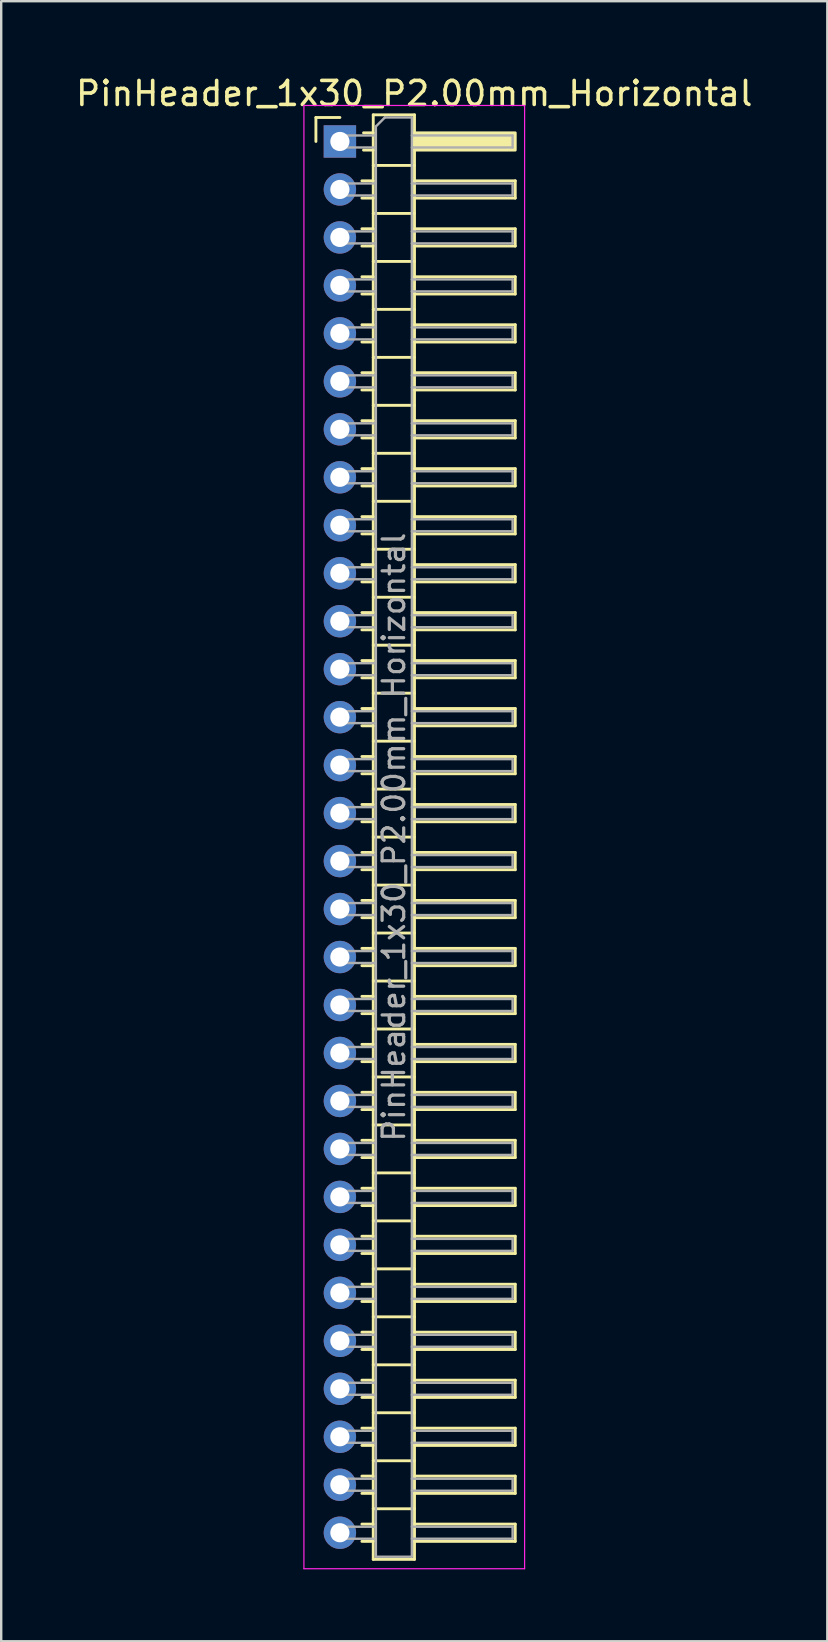
<source format=kicad_pcb>
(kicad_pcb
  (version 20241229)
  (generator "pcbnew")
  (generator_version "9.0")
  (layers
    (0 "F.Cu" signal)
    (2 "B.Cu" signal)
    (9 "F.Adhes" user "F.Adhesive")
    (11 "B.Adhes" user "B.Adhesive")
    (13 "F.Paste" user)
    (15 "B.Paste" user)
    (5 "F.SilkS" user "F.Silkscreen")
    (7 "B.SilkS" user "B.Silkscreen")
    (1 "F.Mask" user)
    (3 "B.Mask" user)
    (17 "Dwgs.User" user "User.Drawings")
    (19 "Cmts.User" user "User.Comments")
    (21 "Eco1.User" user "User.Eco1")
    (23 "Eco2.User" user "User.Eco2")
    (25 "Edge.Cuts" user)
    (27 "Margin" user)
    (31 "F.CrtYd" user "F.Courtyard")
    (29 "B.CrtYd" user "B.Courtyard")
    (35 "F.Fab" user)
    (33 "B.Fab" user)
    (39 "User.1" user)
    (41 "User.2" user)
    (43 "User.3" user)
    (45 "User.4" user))
  (footprint "PinHeader_1x30_P2.00mm_Horizontal"
    (layer "F.Cu")
    (at 11.12 2.848)
    (property "Reference" "PinHeader_1x30_P2.00mm_Horizontal" (at 3.1 -2 0) (layer "F.SilkS") (effects (font (size 1 1) (thickness 0.15))))
    (attr through_hole)
    (fp_line (start -1 -1) (end 0 -1) (stroke (width 0.12) (type solid)) (layer "F.SilkS"))
    (fp_line (start -1 0) (end -1 -1) (stroke (width 0.12) (type solid)) (layer "F.SilkS"))
    (fp_line (start 0.917 1.64) (end 1.39 1.64) (stroke (width 0.12) (type solid)) (layer "F.SilkS"))
    (fp_line (start 0.917 2.36) (end 1.39 2.36) (stroke (width 0.12) (type solid)) (layer "F.SilkS"))
    (fp_line (start 0.917 3.64) (end 1.39 3.64) (stroke (width 0.12) (type solid)) (layer "F.SilkS"))
    (fp_line (start 0.917 4.36) (end 1.39 4.36) (stroke (width 0.12) (type solid)) (layer "F.SilkS"))
    (fp_line (start 0.917 5.64) (end 1.39 5.64) (stroke (width 0.12) (type solid)) (layer "F.SilkS"))
    (fp_line (start 0.917 6.36) (end 1.39 6.36) (stroke (width 0.12) (type solid)) (layer "F.SilkS"))
    (fp_line (start 0.917 7.64) (end 1.39 7.64) (stroke (width 0.12) (type solid)) (layer "F.SilkS"))
    (fp_line (start 0.917 8.36) (end 1.39 8.36) (stroke (width 0.12) (type solid)) (layer "F.SilkS"))
    (fp_line (start 0.917 9.64) (end 1.39 9.64) (stroke (width 0.12) (type solid)) (layer "F.SilkS"))
    (fp_line (start 0.917 10.36) (end 1.39 10.36) (stroke (width 0.12) (type solid)) (layer "F.SilkS"))
    (fp_line (start 0.917 11.64) (end 1.39 11.64) (stroke (width 0.12) (type solid)) (layer "F.SilkS"))
    (fp_line (start 0.917 12.36) (end 1.39 12.36) (stroke (width 0.12) (type solid)) (layer "F.SilkS"))
    (fp_line (start 0.917 13.64) (end 1.39 13.64) (stroke (width 0.12) (type solid)) (layer "F.SilkS"))
    (fp_line (start 0.917 14.36) (end 1.39 14.36) (stroke (width 0.12) (type solid)) (layer "F.SilkS"))
    (fp_line (start 0.917 15.64) (end 1.39 15.64) (stroke (width 0.12) (type solid)) (layer "F.SilkS"))
    (fp_line (start 0.917 16.36) (end 1.39 16.36) (stroke (width 0.12) (type solid)) (layer "F.SilkS"))
    (fp_line (start 0.917 17.64) (end 1.39 17.64) (stroke (width 0.12) (type solid)) (layer "F.SilkS"))
    (fp_line (start 0.917 18.36) (end 1.39 18.36) (stroke (width 0.12) (type solid)) (layer "F.SilkS"))
    (fp_line (start 0.917 19.64) (end 1.39 19.64) (stroke (width 0.12) (type solid)) (layer "F.SilkS"))
    (fp_line (start 0.917 20.36) (end 1.39 20.36) (stroke (width 0.12) (type solid)) (layer "F.SilkS"))
    (fp_line (start 0.917 21.64) (end 1.39 21.64) (stroke (width 0.12) (type solid)) (layer "F.SilkS"))
    (fp_line (start 0.917 22.36) (end 1.39 22.36) (stroke (width 0.12) (type solid)) (layer "F.SilkS"))
    (fp_line (start 0.917 23.64) (end 1.39 23.64) (stroke (width 0.12) (type solid)) (layer "F.SilkS"))
    (fp_line (start 0.917 24.36) (end 1.39 24.36) (stroke (width 0.12) (type solid)) (layer "F.SilkS"))
    (fp_line (start 0.917 25.64) (end 1.39 25.64) (stroke (width 0.12) (type solid)) (layer "F.SilkS"))
    (fp_line (start 0.917 26.36) (end 1.39 26.36) (stroke (width 0.12) (type solid)) (layer "F.SilkS"))
    (fp_line (start 0.917 27.64) (end 1.39 27.64) (stroke (width 0.12) (type solid)) (layer "F.SilkS"))
    (fp_line (start 0.917 28.36) (end 1.39 28.36) (stroke (width 0.12) (type solid)) (layer "F.SilkS"))
    (fp_line (start 0.917 29.64) (end 1.39 29.64) (stroke (width 0.12) (type solid)) (layer "F.SilkS"))
    (fp_line (start 0.917 30.36) (end 1.39 30.36) (stroke (width 0.12) (type solid)) (layer "F.SilkS"))
    (fp_line (start 0.917 31.64) (end 1.39 31.64) (stroke (width 0.12) (type solid)) (layer "F.SilkS"))
    (fp_line (start 0.917 32.36) (end 1.39 32.36) (stroke (width 0.12) (type solid)) (layer "F.SilkS"))
    (fp_line (start 0.917 33.64) (end 1.39 33.64) (stroke (width 0.12) (type solid)) (layer "F.SilkS"))
    (fp_line (start 0.917 34.36) (end 1.39 34.36) (stroke (width 0.12) (type solid)) (layer "F.SilkS"))
    (fp_line (start 0.917 35.64) (end 1.39 35.64) (stroke (width 0.12) (type solid)) (layer "F.SilkS"))
    (fp_line (start 0.917 36.36) (end 1.39 36.36) (stroke (width 0.12) (type solid)) (layer "F.SilkS"))
    (fp_line (start 0.917 37.64) (end 1.39 37.64) (stroke (width 0.12) (type solid)) (layer "F.SilkS"))
    (fp_line (start 0.917 38.36) (end 1.39 38.36) (stroke (width 0.12) (type solid)) (layer "F.SilkS"))
    (fp_line (start 0.917 39.64) (end 1.39 39.64) (stroke (width 0.12) (type solid)) (layer "F.SilkS"))
    (fp_line (start 0.917 40.36) (end 1.39 40.36) (stroke (width 0.12) (type solid)) (layer "F.SilkS"))
    (fp_line (start 0.917 41.64) (end 1.39 41.64) (stroke (width 0.12) (type solid)) (layer "F.SilkS"))
    (fp_line (start 0.917 42.36) (end 1.39 42.36) (stroke (width 0.12) (type solid)) (layer "F.SilkS"))
    (fp_line (start 0.917 43.64) (end 1.39 43.64) (stroke (width 0.12) (type solid)) (layer "F.SilkS"))
    (fp_line (start 0.917 44.36) (end 1.39 44.36) (stroke (width 0.12) (type solid)) (layer "F.SilkS"))
    (fp_line (start 0.917 45.64) (end 1.39 45.64) (stroke (width 0.12) (type solid)) (layer "F.SilkS"))
    (fp_line (start 0.917 46.36) (end 1.39 46.36) (stroke (width 0.12) (type solid)) (layer "F.SilkS"))
    (fp_line (start 0.917 47.64) (end 1.39 47.64) (stroke (width 0.12) (type solid)) (layer "F.SilkS"))
    (fp_line (start 0.917 48.36) (end 1.39 48.36) (stroke (width 0.12) (type solid)) (layer "F.SilkS"))
    (fp_line (start 0.917 49.64) (end 1.39 49.64) (stroke (width 0.12) (type solid)) (layer "F.SilkS"))
    (fp_line (start 0.917 50.36) (end 1.39 50.36) (stroke (width 0.12) (type solid)) (layer "F.SilkS"))
    (fp_line (start 0.917 51.64) (end 1.39 51.64) (stroke (width 0.12) (type solid)) (layer "F.SilkS"))
    (fp_line (start 0.917 52.36) (end 1.39 52.36) (stroke (width 0.12) (type solid)) (layer "F.SilkS"))
    (fp_line (start 0.917 53.64) (end 1.39 53.64) (stroke (width 0.12) (type solid)) (layer "F.SilkS"))
    (fp_line (start 0.917 54.36) (end 1.39 54.36) (stroke (width 0.12) (type solid)) (layer "F.SilkS"))
    (fp_line (start 0.917 55.64) (end 1.39 55.64) (stroke (width 0.12) (type solid)) (layer "F.SilkS"))
    (fp_line (start 0.917 56.36) (end 1.39 56.36) (stroke (width 0.12) (type solid)) (layer "F.SilkS"))
    (fp_line (start 0.917 57.64) (end 1.39 57.64) (stroke (width 0.12) (type solid)) (layer "F.SilkS"))
    (fp_line (start 0.917 58.36) (end 1.39 58.36) (stroke (width 0.12) (type solid)) (layer "F.SilkS"))
    (fp_line (start 0.985 -0.36) (end 1.39 -0.36) (stroke (width 0.12) (type solid)) (layer "F.SilkS"))
    (fp_line (start 0.985 0.36) (end 1.39 0.36) (stroke (width 0.12) (type solid)) (layer "F.SilkS"))
    (fp_line (start 1.39 -1.11) (end 1.39 59.11) (stroke (width 0.12) (type solid)) (layer "F.SilkS"))
    (fp_line (start 1.39 1) (end 3.11 1) (stroke (width 0.12) (type solid)) (layer "F.SilkS"))
    (fp_line (start 1.39 3) (end 3.11 3) (stroke (width 0.12) (type solid)) (layer "F.SilkS"))
    (fp_line (start 1.39 5) (end 3.11 5) (stroke (width 0.12) (type solid)) (layer "F.SilkS"))
    (fp_line (start 1.39 7) (end 3.11 7) (stroke (width 0.12) (type solid)) (layer "F.SilkS"))
    (fp_line (start 1.39 9) (end 3.11 9) (stroke (width 0.12) (type solid)) (layer "F.SilkS"))
    (fp_line (start 1.39 11) (end 3.11 11) (stroke (width 0.12) (type solid)) (layer "F.SilkS"))
    (fp_line (start 1.39 13) (end 3.11 13) (stroke (width 0.12) (type solid)) (layer "F.SilkS"))
    (fp_line (start 1.39 15) (end 3.11 15) (stroke (width 0.12) (type solid)) (layer "F.SilkS"))
    (fp_line (start 1.39 17) (end 3.11 17) (stroke (width 0.12) (type solid)) (layer "F.SilkS"))
    (fp_line (start 1.39 19) (end 3.11 19) (stroke (width 0.12) (type solid)) (layer "F.SilkS"))
    (fp_line (start 1.39 21) (end 3.11 21) (stroke (width 0.12) (type solid)) (layer "F.SilkS"))
    (fp_line (start 1.39 23) (end 3.11 23) (stroke (width 0.12) (type solid)) (layer "F.SilkS"))
    (fp_line (start 1.39 25) (end 3.11 25) (stroke (width 0.12) (type solid)) (layer "F.SilkS"))
    (fp_line (start 1.39 27) (end 3.11 27) (stroke (width 0.12) (type solid)) (layer "F.SilkS"))
    (fp_line (start 1.39 29) (end 3.11 29) (stroke (width 0.12) (type solid)) (layer "F.SilkS"))
    (fp_line (start 1.39 31) (end 3.11 31) (stroke (width 0.12) (type solid)) (layer "F.SilkS"))
    (fp_line (start 1.39 33) (end 3.11 33) (stroke (width 0.12) (type solid)) (layer "F.SilkS"))
    (fp_line (start 1.39 35) (end 3.11 35) (stroke (width 0.12) (type solid)) (layer "F.SilkS"))
    (fp_line (start 1.39 37) (end 3.11 37) (stroke (width 0.12) (type solid)) (layer "F.SilkS"))
    (fp_line (start 1.39 39) (end 3.11 39) (stroke (width 0.12) (type solid)) (layer "F.SilkS"))
    (fp_line (start 1.39 41) (end 3.11 41) (stroke (width 0.12) (type solid)) (layer "F.SilkS"))
    (fp_line (start 1.39 43) (end 3.11 43) (stroke (width 0.12) (type solid)) (layer "F.SilkS"))
    (fp_line (start 1.39 45) (end 3.11 45) (stroke (width 0.12) (type solid)) (layer "F.SilkS"))
    (fp_line (start 1.39 47) (end 3.11 47) (stroke (width 0.12) (type solid)) (layer "F.SilkS"))
    (fp_line (start 1.39 49) (end 3.11 49) (stroke (width 0.12) (type solid)) (layer "F.SilkS"))
    (fp_line (start 1.39 51) (end 3.11 51) (stroke (width 0.12) (type solid)) (layer "F.SilkS"))
    (fp_line (start 1.39 53) (end 3.11 53) (stroke (width 0.12) (type solid)) (layer "F.SilkS"))
    (fp_line (start 1.39 55) (end 3.11 55) (stroke (width 0.12) (type solid)) (layer "F.SilkS"))
    (fp_line (start 1.39 57) (end 3.11 57) (stroke (width 0.12) (type solid)) (layer "F.SilkS"))
    (fp_line (start 1.39 59.11) (end 3.11 59.11) (stroke (width 0.12) (type solid)) (layer "F.SilkS"))
    (fp_line (start 3.11 -1.11) (end 1.39 -1.11) (stroke (width 0.12) (type solid)) (layer "F.SilkS"))
    (fp_line (start 3.11 1.64) (end 7.31 1.64) (stroke (width 0.12) (type solid)) (layer "F.SilkS"))
    (fp_line (start 3.11 3.64) (end 7.31 3.64) (stroke (width 0.12) (type solid)) (layer "F.SilkS"))
    (fp_line (start 3.11 5.64) (end 7.31 5.64) (stroke (width 0.12) (type solid)) (layer "F.SilkS"))
    (fp_line (start 3.11 7.64) (end 7.31 7.64) (stroke (width 0.12) (type solid)) (layer "F.SilkS"))
    (fp_line (start 3.11 9.64) (end 7.31 9.64) (stroke (width 0.12) (type solid)) (layer "F.SilkS"))
    (fp_line (start 3.11 11.64) (end 7.31 11.64) (stroke (width 0.12) (type solid)) (layer "F.SilkS"))
    (fp_line (start 3.11 13.64) (end 7.31 13.64) (stroke (width 0.12) (type solid)) (layer "F.SilkS"))
    (fp_line (start 3.11 15.64) (end 7.31 15.64) (stroke (width 0.12) (type solid)) (layer "F.SilkS"))
    (fp_line (start 3.11 17.64) (end 7.31 17.64) (stroke (width 0.12) (type solid)) (layer "F.SilkS"))
    (fp_line (start 3.11 19.64) (end 7.31 19.64) (stroke (width 0.12) (type solid)) (layer "F.SilkS"))
    (fp_line (start 3.11 21.64) (end 7.31 21.64) (stroke (width 0.12) (type solid)) (layer "F.SilkS"))
    (fp_line (start 3.11 23.64) (end 7.31 23.64) (stroke (width 0.12) (type solid)) (layer "F.SilkS"))
    (fp_line (start 3.11 25.64) (end 7.31 25.64) (stroke (width 0.12) (type solid)) (layer "F.SilkS"))
    (fp_line (start 3.11 27.64) (end 7.31 27.64) (stroke (width 0.12) (type solid)) (layer "F.SilkS"))
    (fp_line (start 3.11 29.64) (end 7.31 29.64) (stroke (width 0.12) (type solid)) (layer "F.SilkS"))
    (fp_line (start 3.11 31.64) (end 7.31 31.64) (stroke (width 0.12) (type solid)) (layer "F.SilkS"))
    (fp_line (start 3.11 33.64) (end 7.31 33.64) (stroke (width 0.12) (type solid)) (layer "F.SilkS"))
    (fp_line (start 3.11 35.64) (end 7.31 35.64) (stroke (width 0.12) (type solid)) (layer "F.SilkS"))
    (fp_line (start 3.11 37.64) (end 7.31 37.64) (stroke (width 0.12) (type solid)) (layer "F.SilkS"))
    (fp_line (start 3.11 39.64) (end 7.31 39.64) (stroke (width 0.12) (type solid)) (layer "F.SilkS"))
    (fp_line (start 3.11 41.64) (end 7.31 41.64) (stroke (width 0.12) (type solid)) (layer "F.SilkS"))
    (fp_line (start 3.11 43.64) (end 7.31 43.64) (stroke (width 0.12) (type solid)) (layer "F.SilkS"))
    (fp_line (start 3.11 45.64) (end 7.31 45.64) (stroke (width 0.12) (type solid)) (layer "F.SilkS"))
    (fp_line (start 3.11 47.64) (end 7.31 47.64) (stroke (width 0.12) (type solid)) (layer "F.SilkS"))
    (fp_line (start 3.11 49.64) (end 7.31 49.64) (stroke (width 0.12) (type solid)) (layer "F.SilkS"))
    (fp_line (start 3.11 51.64) (end 7.31 51.64) (stroke (width 0.12) (type solid)) (layer "F.SilkS"))
    (fp_line (start 3.11 53.64) (end 7.31 53.64) (stroke (width 0.12) (type solid)) (layer "F.SilkS"))
    (fp_line (start 3.11 55.64) (end 7.31 55.64) (stroke (width 0.12) (type solid)) (layer "F.SilkS"))
    (fp_line (start 3.11 57.64) (end 7.31 57.64) (stroke (width 0.12) (type solid)) (layer "F.SilkS"))
    (fp_line (start 3.11 59.11) (end 3.11 -1.11) (stroke (width 0.12) (type solid)) (layer "F.SilkS"))
    (fp_line (start 7.31 1.64) (end 7.31 2.36) (stroke (width 0.12) (type solid)) (layer "F.SilkS"))
    (fp_line (start 7.31 2.36) (end 3.11 2.36) (stroke (width 0.12) (type solid)) (layer "F.SilkS"))
    (fp_line (start 7.31 3.64) (end 7.31 4.36) (stroke (width 0.12) (type solid)) (layer "F.SilkS"))
    (fp_line (start 7.31 4.36) (end 3.11 4.36) (stroke (width 0.12) (type solid)) (layer "F.SilkS"))
    (fp_line (start 7.31 5.64) (end 7.31 6.36) (stroke (width 0.12) (type solid)) (layer "F.SilkS"))
    (fp_line (start 7.31 6.36) (end 3.11 6.36) (stroke (width 0.12) (type solid)) (layer "F.SilkS"))
    (fp_line (start 7.31 7.64) (end 7.31 8.36) (stroke (width 0.12) (type solid)) (layer "F.SilkS"))
    (fp_line (start 7.31 8.36) (end 3.11 8.36) (stroke (width 0.12) (type solid)) (layer "F.SilkS"))
    (fp_line (start 7.31 9.64) (end 7.31 10.36) (stroke (width 0.12) (type solid)) (layer "F.SilkS"))
    (fp_line (start 7.31 10.36) (end 3.11 10.36) (stroke (width 0.12) (type solid)) (layer "F.SilkS"))
    (fp_line (start 7.31 11.64) (end 7.31 12.36) (stroke (width 0.12) (type solid)) (layer "F.SilkS"))
    (fp_line (start 7.31 12.36) (end 3.11 12.36) (stroke (width 0.12) (type solid)) (layer "F.SilkS"))
    (fp_line (start 7.31 13.64) (end 7.31 14.36) (stroke (width 0.12) (type solid)) (layer "F.SilkS"))
    (fp_line (start 7.31 14.36) (end 3.11 14.36) (stroke (width 0.12) (type solid)) (layer "F.SilkS"))
    (fp_line (start 7.31 15.64) (end 7.31 16.36) (stroke (width 0.12) (type solid)) (layer "F.SilkS"))
    (fp_line (start 7.31 16.36) (end 3.11 16.36) (stroke (width 0.12) (type solid)) (layer "F.SilkS"))
    (fp_line (start 7.31 17.64) (end 7.31 18.36) (stroke (width 0.12) (type solid)) (layer "F.SilkS"))
    (fp_line (start 7.31 18.36) (end 3.11 18.36) (stroke (width 0.12) (type solid)) (layer "F.SilkS"))
    (fp_line (start 7.31 19.64) (end 7.31 20.36) (stroke (width 0.12) (type solid)) (layer "F.SilkS"))
    (fp_line (start 7.31 20.36) (end 3.11 20.36) (stroke (width 0.12) (type solid)) (layer "F.SilkS"))
    (fp_line (start 7.31 21.64) (end 7.31 22.36) (stroke (width 0.12) (type solid)) (layer "F.SilkS"))
    (fp_line (start 7.31 22.36) (end 3.11 22.36) (stroke (width 0.12) (type solid)) (layer "F.SilkS"))
    (fp_line (start 7.31 23.64) (end 7.31 24.36) (stroke (width 0.12) (type solid)) (layer "F.SilkS"))
    (fp_line (start 7.31 24.36) (end 3.11 24.36) (stroke (width 0.12) (type solid)) (layer "F.SilkS"))
    (fp_line (start 7.31 25.64) (end 7.31 26.36) (stroke (width 0.12) (type solid)) (layer "F.SilkS"))
    (fp_line (start 7.31 26.36) (end 3.11 26.36) (stroke (width 0.12) (type solid)) (layer "F.SilkS"))
    (fp_line (start 7.31 27.64) (end 7.31 28.36) (stroke (width 0.12) (type solid)) (layer "F.SilkS"))
    (fp_line (start 7.31 28.36) (end 3.11 28.36) (stroke (width 0.12) (type solid)) (layer "F.SilkS"))
    (fp_line (start 7.31 29.64) (end 7.31 30.36) (stroke (width 0.12) (type solid)) (layer "F.SilkS"))
    (fp_line (start 7.31 30.36) (end 3.11 30.36) (stroke (width 0.12) (type solid)) (layer "F.SilkS"))
    (fp_line (start 7.31 31.64) (end 7.31 32.36) (stroke (width 0.12) (type solid)) (layer "F.SilkS"))
    (fp_line (start 7.31 32.36) (end 3.11 32.36) (stroke (width 0.12) (type solid)) (layer "F.SilkS"))
    (fp_line (start 7.31 33.64) (end 7.31 34.36) (stroke (width 0.12) (type solid)) (layer "F.SilkS"))
    (fp_line (start 7.31 34.36) (end 3.11 34.36) (stroke (width 0.12) (type solid)) (layer "F.SilkS"))
    (fp_line (start 7.31 35.64) (end 7.31 36.36) (stroke (width 0.12) (type solid)) (layer "F.SilkS"))
    (fp_line (start 7.31 36.36) (end 3.11 36.36) (stroke (width 0.12) (type solid)) (layer "F.SilkS"))
    (fp_line (start 7.31 37.64) (end 7.31 38.36) (stroke (width 0.12) (type solid)) (layer "F.SilkS"))
    (fp_line (start 7.31 38.36) (end 3.11 38.36) (stroke (width 0.12) (type solid)) (layer "F.SilkS"))
    (fp_line (start 7.31 39.64) (end 7.31 40.36) (stroke (width 0.12) (type solid)) (layer "F.SilkS"))
    (fp_line (start 7.31 40.36) (end 3.11 40.36) (stroke (width 0.12) (type solid)) (layer "F.SilkS"))
    (fp_line (start 7.31 41.64) (end 7.31 42.36) (stroke (width 0.12) (type solid)) (layer "F.SilkS"))
    (fp_line (start 7.31 42.36) (end 3.11 42.36) (stroke (width 0.12) (type solid)) (layer "F.SilkS"))
    (fp_line (start 7.31 43.64) (end 7.31 44.36) (stroke (width 0.12) (type solid)) (layer "F.SilkS"))
    (fp_line (start 7.31 44.36) (end 3.11 44.36) (stroke (width 0.12) (type solid)) (layer "F.SilkS"))
    (fp_line (start 7.31 45.64) (end 7.31 46.36) (stroke (width 0.12) (type solid)) (layer "F.SilkS"))
    (fp_line (start 7.31 46.36) (end 3.11 46.36) (stroke (width 0.12) (type solid)) (layer "F.SilkS"))
    (fp_line (start 7.31 47.64) (end 7.31 48.36) (stroke (width 0.12) (type solid)) (layer "F.SilkS"))
    (fp_line (start 7.31 48.36) (end 3.11 48.36) (stroke (width 0.12) (type solid)) (layer "F.SilkS"))
    (fp_line (start 7.31 49.64) (end 7.31 50.36) (stroke (width 0.12) (type solid)) (layer "F.SilkS"))
    (fp_line (start 7.31 50.36) (end 3.11 50.36) (stroke (width 0.12) (type solid)) (layer "F.SilkS"))
    (fp_line (start 7.31 51.64) (end 7.31 52.36) (stroke (width 0.12) (type solid)) (layer "F.SilkS"))
    (fp_line (start 7.31 52.36) (end 3.11 52.36) (stroke (width 0.12) (type solid)) (layer "F.SilkS"))
    (fp_line (start 7.31 53.64) (end 7.31 54.36) (stroke (width 0.12) (type solid)) (layer "F.SilkS"))
    (fp_line (start 7.31 54.36) (end 3.11 54.36) (stroke (width 0.12) (type solid)) (layer "F.SilkS"))
    (fp_line (start 7.31 55.64) (end 7.31 56.36) (stroke (width 0.12) (type solid)) (layer "F.SilkS"))
    (fp_line (start 7.31 56.36) (end 3.11 56.36) (stroke (width 0.12) (type solid)) (layer "F.SilkS"))
    (fp_line (start 7.31 57.64) (end 7.31 58.36) (stroke (width 0.12) (type solid)) (layer "F.SilkS"))
    (fp_line (start 7.31 58.36) (end 3.11 58.36) (stroke (width 0.12) (type solid)) (layer "F.SilkS"))
    (fp_rect (start 3.11 -0.36) (end 7.31 0.36) (stroke (width 0.12) (type solid)) (fill yes) (layer "F.SilkS"))
    (fp_line (start -1.5 -1.5) (end -1.5 59.5) (stroke (width 0.05) (type solid)) (layer "F.CrtYd"))
    (fp_line (start -1.5 59.5) (end 7.7 59.5) (stroke (width 0.05) (type solid)) (layer "F.CrtYd"))
    (fp_line (start 7.7 -1.5) (end -1.5 -1.5) (stroke (width 0.05) (type solid)) (layer "F.CrtYd"))
    (fp_line (start 7.7 59.5) (end 7.7 -1.5) (stroke (width 0.05) (type solid)) (layer "F.CrtYd"))
    (fp_line (start -0.25 -0.25) (end -0.25 0.25) (stroke (width 0.1) (type solid)) (layer "F.Fab"))
    (fp_line (start -0.25 -0.25) (end 1.5 -0.25) (stroke (width 0.1) (type solid)) (layer "F.Fab"))
    (fp_line (start -0.25 0.25) (end 1.5 0.25) (stroke (width 0.1) (type solid)) (layer "F.Fab"))
    (fp_line (start -0.25 1.75) (end -0.25 2.25) (stroke (width 0.1) (type solid)) (layer "F.Fab"))
    (fp_line (start -0.25 1.75) (end 1.5 1.75) (stroke (width 0.1) (type solid)) (layer "F.Fab"))
    (fp_line (start -0.25 2.25) (end 1.5 2.25) (stroke (width 0.1) (type solid)) (layer "F.Fab"))
    (fp_line (start -0.25 3.75) (end -0.25 4.25) (stroke (width 0.1) (type solid)) (layer "F.Fab"))
    (fp_line (start -0.25 3.75) (end 1.5 3.75) (stroke (width 0.1) (type solid)) (layer "F.Fab"))
    (fp_line (start -0.25 4.25) (end 1.5 4.25) (stroke (width 0.1) (type solid)) (layer "F.Fab"))
    (fp_line (start -0.25 5.75) (end -0.25 6.25) (stroke (width 0.1) (type solid)) (layer "F.Fab"))
    (fp_line (start -0.25 5.75) (end 1.5 5.75) (stroke (width 0.1) (type solid)) (layer "F.Fab"))
    (fp_line (start -0.25 6.25) (end 1.5 6.25) (stroke (width 0.1) (type solid)) (layer "F.Fab"))
    (fp_line (start -0.25 7.75) (end -0.25 8.25) (stroke (width 0.1) (type solid)) (layer "F.Fab"))
    (fp_line (start -0.25 7.75) (end 1.5 7.75) (stroke (width 0.1) (type solid)) (layer "F.Fab"))
    (fp_line (start -0.25 8.25) (end 1.5 8.25) (stroke (width 0.1) (type solid)) (layer "F.Fab"))
    (fp_line (start -0.25 9.75) (end -0.25 10.25) (stroke (width 0.1) (type solid)) (layer "F.Fab"))
    (fp_line (start -0.25 9.75) (end 1.5 9.75) (stroke (width 0.1) (type solid)) (layer "F.Fab"))
    (fp_line (start -0.25 10.25) (end 1.5 10.25) (stroke (width 0.1) (type solid)) (layer "F.Fab"))
    (fp_line (start -0.25 11.75) (end -0.25 12.25) (stroke (width 0.1) (type solid)) (layer "F.Fab"))
    (fp_line (start -0.25 11.75) (end 1.5 11.75) (stroke (width 0.1) (type solid)) (layer "F.Fab"))
    (fp_line (start -0.25 12.25) (end 1.5 12.25) (stroke (width 0.1) (type solid)) (layer "F.Fab"))
    (fp_line (start -0.25 13.75) (end -0.25 14.25) (stroke (width 0.1) (type solid)) (layer "F.Fab"))
    (fp_line (start -0.25 13.75) (end 1.5 13.75) (stroke (width 0.1) (type solid)) (layer "F.Fab"))
    (fp_line (start -0.25 14.25) (end 1.5 14.25) (stroke (width 0.1) (type solid)) (layer "F.Fab"))
    (fp_line (start -0.25 15.75) (end -0.25 16.25) (stroke (width 0.1) (type solid)) (layer "F.Fab"))
    (fp_line (start -0.25 15.75) (end 1.5 15.75) (stroke (width 0.1) (type solid)) (layer "F.Fab"))
    (fp_line (start -0.25 16.25) (end 1.5 16.25) (stroke (width 0.1) (type solid)) (layer "F.Fab"))
    (fp_line (start -0.25 17.75) (end -0.25 18.25) (stroke (width 0.1) (type solid)) (layer "F.Fab"))
    (fp_line (start -0.25 17.75) (end 1.5 17.75) (stroke (width 0.1) (type solid)) (layer "F.Fab"))
    (fp_line (start -0.25 18.25) (end 1.5 18.25) (stroke (width 0.1) (type solid)) (layer "F.Fab"))
    (fp_line (start -0.25 19.75) (end -0.25 20.25) (stroke (width 0.1) (type solid)) (layer "F.Fab"))
    (fp_line (start -0.25 19.75) (end 1.5 19.75) (stroke (width 0.1) (type solid)) (layer "F.Fab"))
    (fp_line (start -0.25 20.25) (end 1.5 20.25) (stroke (width 0.1) (type solid)) (layer "F.Fab"))
    (fp_line (start -0.25 21.75) (end -0.25 22.25) (stroke (width 0.1) (type solid)) (layer "F.Fab"))
    (fp_line (start -0.25 21.75) (end 1.5 21.75) (stroke (width 0.1) (type solid)) (layer "F.Fab"))
    (fp_line (start -0.25 22.25) (end 1.5 22.25) (stroke (width 0.1) (type solid)) (layer "F.Fab"))
    (fp_line (start -0.25 23.75) (end -0.25 24.25) (stroke (width 0.1) (type solid)) (layer "F.Fab"))
    (fp_line (start -0.25 23.75) (end 1.5 23.75) (stroke (width 0.1) (type solid)) (layer "F.Fab"))
    (fp_line (start -0.25 24.25) (end 1.5 24.25) (stroke (width 0.1) (type solid)) (layer "F.Fab"))
    (fp_line (start -0.25 25.75) (end -0.25 26.25) (stroke (width 0.1) (type solid)) (layer "F.Fab"))
    (fp_line (start -0.25 25.75) (end 1.5 25.75) (stroke (width 0.1) (type solid)) (layer "F.Fab"))
    (fp_line (start -0.25 26.25) (end 1.5 26.25) (stroke (width 0.1) (type solid)) (layer "F.Fab"))
    (fp_line (start -0.25 27.75) (end -0.25 28.25) (stroke (width 0.1) (type solid)) (layer "F.Fab"))
    (fp_line (start -0.25 27.75) (end 1.5 27.75) (stroke (width 0.1) (type solid)) (layer "F.Fab"))
    (fp_line (start -0.25 28.25) (end 1.5 28.25) (stroke (width 0.1) (type solid)) (layer "F.Fab"))
    (fp_line (start -0.25 29.75) (end -0.25 30.25) (stroke (width 0.1) (type solid)) (layer "F.Fab"))
    (fp_line (start -0.25 29.75) (end 1.5 29.75) (stroke (width 0.1) (type solid)) (layer "F.Fab"))
    (fp_line (start -0.25 30.25) (end 1.5 30.25) (stroke (width 0.1) (type solid)) (layer "F.Fab"))
    (fp_line (start -0.25 31.75) (end -0.25 32.25) (stroke (width 0.1) (type solid)) (layer "F.Fab"))
    (fp_line (start -0.25 31.75) (end 1.5 31.75) (stroke (width 0.1) (type solid)) (layer "F.Fab"))
    (fp_line (start -0.25 32.25) (end 1.5 32.25) (stroke (width 0.1) (type solid)) (layer "F.Fab"))
    (fp_line (start -0.25 33.75) (end -0.25 34.25) (stroke (width 0.1) (type solid)) (layer "F.Fab"))
    (fp_line (start -0.25 33.75) (end 1.5 33.75) (stroke (width 0.1) (type solid)) (layer "F.Fab"))
    (fp_line (start -0.25 34.25) (end 1.5 34.25) (stroke (width 0.1) (type solid)) (layer "F.Fab"))
    (fp_line (start -0.25 35.75) (end -0.25 36.25) (stroke (width 0.1) (type solid)) (layer "F.Fab"))
    (fp_line (start -0.25 35.75) (end 1.5 35.75) (stroke (width 0.1) (type solid)) (layer "F.Fab"))
    (fp_line (start -0.25 36.25) (end 1.5 36.25) (stroke (width 0.1) (type solid)) (layer "F.Fab"))
    (fp_line (start -0.25 37.75) (end -0.25 38.25) (stroke (width 0.1) (type solid)) (layer "F.Fab"))
    (fp_line (start -0.25 37.75) (end 1.5 37.75) (stroke (width 0.1) (type solid)) (layer "F.Fab"))
    (fp_line (start -0.25 38.25) (end 1.5 38.25) (stroke (width 0.1) (type solid)) (layer "F.Fab"))
    (fp_line (start -0.25 39.75) (end -0.25 40.25) (stroke (width 0.1) (type solid)) (layer "F.Fab"))
    (fp_line (start -0.25 39.75) (end 1.5 39.75) (stroke (width 0.1) (type solid)) (layer "F.Fab"))
    (fp_line (start -0.25 40.25) (end 1.5 40.25) (stroke (width 0.1) (type solid)) (layer "F.Fab"))
    (fp_line (start -0.25 41.75) (end -0.25 42.25) (stroke (width 0.1) (type solid)) (layer "F.Fab"))
    (fp_line (start -0.25 41.75) (end 1.5 41.75) (stroke (width 0.1) (type solid)) (layer "F.Fab"))
    (fp_line (start -0.25 42.25) (end 1.5 42.25) (stroke (width 0.1) (type solid)) (layer "F.Fab"))
    (fp_line (start -0.25 43.75) (end -0.25 44.25) (stroke (width 0.1) (type solid)) (layer "F.Fab"))
    (fp_line (start -0.25 43.75) (end 1.5 43.75) (stroke (width 0.1) (type solid)) (layer "F.Fab"))
    (fp_line (start -0.25 44.25) (end 1.5 44.25) (stroke (width 0.1) (type solid)) (layer "F.Fab"))
    (fp_line (start -0.25 45.75) (end -0.25 46.25) (stroke (width 0.1) (type solid)) (layer "F.Fab"))
    (fp_line (start -0.25 45.75) (end 1.5 45.75) (stroke (width 0.1) (type solid)) (layer "F.Fab"))
    (fp_line (start -0.25 46.25) (end 1.5 46.25) (stroke (width 0.1) (type solid)) (layer "F.Fab"))
    (fp_line (start -0.25 47.75) (end -0.25 48.25) (stroke (width 0.1) (type solid)) (layer "F.Fab"))
    (fp_line (start -0.25 47.75) (end 1.5 47.75) (stroke (width 0.1) (type solid)) (layer "F.Fab"))
    (fp_line (start -0.25 48.25) (end 1.5 48.25) (stroke (width 0.1) (type solid)) (layer "F.Fab"))
    (fp_line (start -0.25 49.75) (end -0.25 50.25) (stroke (width 0.1) (type solid)) (layer "F.Fab"))
    (fp_line (start -0.25 49.75) (end 1.5 49.75) (stroke (width 0.1) (type solid)) (layer "F.Fab"))
    (fp_line (start -0.25 50.25) (end 1.5 50.25) (stroke (width 0.1) (type solid)) (layer "F.Fab"))
    (fp_line (start -0.25 51.75) (end -0.25 52.25) (stroke (width 0.1) (type solid)) (layer "F.Fab"))
    (fp_line (start -0.25 51.75) (end 1.5 51.75) (stroke (width 0.1) (type solid)) (layer "F.Fab"))
    (fp_line (start -0.25 52.25) (end 1.5 52.25) (stroke (width 0.1) (type solid)) (layer "F.Fab"))
    (fp_line (start -0.25 53.75) (end -0.25 54.25) (stroke (width 0.1) (type solid)) (layer "F.Fab"))
    (fp_line (start -0.25 53.75) (end 1.5 53.75) (stroke (width 0.1) (type solid)) (layer "F.Fab"))
    (fp_line (start -0.25 54.25) (end 1.5 54.25) (stroke (width 0.1) (type solid)) (layer "F.Fab"))
    (fp_line (start -0.25 55.75) (end -0.25 56.25) (stroke (width 0.1) (type solid)) (layer "F.Fab"))
    (fp_line (start -0.25 55.75) (end 1.5 55.75) (stroke (width 0.1) (type solid)) (layer "F.Fab"))
    (fp_line (start -0.25 56.25) (end 1.5 56.25) (stroke (width 0.1) (type solid)) (layer "F.Fab"))
    (fp_line (start -0.25 57.75) (end -0.25 58.25) (stroke (width 0.1) (type solid)) (layer "F.Fab"))
    (fp_line (start -0.25 57.75) (end 1.5 57.75) (stroke (width 0.1) (type solid)) (layer "F.Fab"))
    (fp_line (start -0.25 58.25) (end 1.5 58.25) (stroke (width 0.1) (type solid)) (layer "F.Fab"))
    (fp_line (start 1.5 -0.625) (end 1.875 -1) (stroke (width 0.1) (type solid)) (layer "F.Fab"))
    (fp_line (start 1.5 59) (end 1.5 -0.625) (stroke (width 0.1) (type solid)) (layer "F.Fab"))
    (fp_line (start 1.875 -1) (end 3 -1) (stroke (width 0.1) (type solid)) (layer "F.Fab"))
    (fp_line (start 3 -1) (end 3 59) (stroke (width 0.1) (type solid)) (layer "F.Fab"))
    (fp_line (start 3 -0.25) (end 7.2 -0.25) (stroke (width 0.1) (type solid)) (layer "F.Fab"))
    (fp_line (start 3 0.25) (end 7.2 0.25) (stroke (width 0.1) (type solid)) (layer "F.Fab"))
    (fp_line (start 3 1.75) (end 7.2 1.75) (stroke (width 0.1) (type solid)) (layer "F.Fab"))
    (fp_line (start 3 2.25) (end 7.2 2.25) (stroke (width 0.1) (type solid)) (layer "F.Fab"))
    (fp_line (start 3 3.75) (end 7.2 3.75) (stroke (width 0.1) (type solid)) (layer "F.Fab"))
    (fp_line (start 3 4.25) (end 7.2 4.25) (stroke (width 0.1) (type solid)) (layer "F.Fab"))
    (fp_line (start 3 5.75) (end 7.2 5.75) (stroke (width 0.1) (type solid)) (layer "F.Fab"))
    (fp_line (start 3 6.25) (end 7.2 6.25) (stroke (width 0.1) (type solid)) (layer "F.Fab"))
    (fp_line (start 3 7.75) (end 7.2 7.75) (stroke (width 0.1) (type solid)) (layer "F.Fab"))
    (fp_line (start 3 8.25) (end 7.2 8.25) (stroke (width 0.1) (type solid)) (layer "F.Fab"))
    (fp_line (start 3 9.75) (end 7.2 9.75) (stroke (width 0.1) (type solid)) (layer "F.Fab"))
    (fp_line (start 3 10.25) (end 7.2 10.25) (stroke (width 0.1) (type solid)) (layer "F.Fab"))
    (fp_line (start 3 11.75) (end 7.2 11.75) (stroke (width 0.1) (type solid)) (layer "F.Fab"))
    (fp_line (start 3 12.25) (end 7.2 12.25) (stroke (width 0.1) (type solid)) (layer "F.Fab"))
    (fp_line (start 3 13.75) (end 7.2 13.75) (stroke (width 0.1) (type solid)) (layer "F.Fab"))
    (fp_line (start 3 14.25) (end 7.2 14.25) (stroke (width 0.1) (type solid)) (layer "F.Fab"))
    (fp_line (start 3 15.75) (end 7.2 15.75) (stroke (width 0.1) (type solid)) (layer "F.Fab"))
    (fp_line (start 3 16.25) (end 7.2 16.25) (stroke (width 0.1) (type solid)) (layer "F.Fab"))
    (fp_line (start 3 17.75) (end 7.2 17.75) (stroke (width 0.1) (type solid)) (layer "F.Fab"))
    (fp_line (start 3 18.25) (end 7.2 18.25) (stroke (width 0.1) (type solid)) (layer "F.Fab"))
    (fp_line (start 3 19.75) (end 7.2 19.75) (stroke (width 0.1) (type solid)) (layer "F.Fab"))
    (fp_line (start 3 20.25) (end 7.2 20.25) (stroke (width 0.1) (type solid)) (layer "F.Fab"))
    (fp_line (start 3 21.75) (end 7.2 21.75) (stroke (width 0.1) (type solid)) (layer "F.Fab"))
    (fp_line (start 3 22.25) (end 7.2 22.25) (stroke (width 0.1) (type solid)) (layer "F.Fab"))
    (fp_line (start 3 23.75) (end 7.2 23.75) (stroke (width 0.1) (type solid)) (layer "F.Fab"))
    (fp_line (start 3 24.25) (end 7.2 24.25) (stroke (width 0.1) (type solid)) (layer "F.Fab"))
    (fp_line (start 3 25.75) (end 7.2 25.75) (stroke (width 0.1) (type solid)) (layer "F.Fab"))
    (fp_line (start 3 26.25) (end 7.2 26.25) (stroke (width 0.1) (type solid)) (layer "F.Fab"))
    (fp_line (start 3 27.75) (end 7.2 27.75) (stroke (width 0.1) (type solid)) (layer "F.Fab"))
    (fp_line (start 3 28.25) (end 7.2 28.25) (stroke (width 0.1) (type solid)) (layer "F.Fab"))
    (fp_line (start 3 29.75) (end 7.2 29.75) (stroke (width 0.1) (type solid)) (layer "F.Fab"))
    (fp_line (start 3 30.25) (end 7.2 30.25) (stroke (width 0.1) (type solid)) (layer "F.Fab"))
    (fp_line (start 3 31.75) (end 7.2 31.75) (stroke (width 0.1) (type solid)) (layer "F.Fab"))
    (fp_line (start 3 32.25) (end 7.2 32.25) (stroke (width 0.1) (type solid)) (layer "F.Fab"))
    (fp_line (start 3 33.75) (end 7.2 33.75) (stroke (width 0.1) (type solid)) (layer "F.Fab"))
    (fp_line (start 3 34.25) (end 7.2 34.25) (stroke (width 0.1) (type solid)) (layer "F.Fab"))
    (fp_line (start 3 35.75) (end 7.2 35.75) (stroke (width 0.1) (type solid)) (layer "F.Fab"))
    (fp_line (start 3 36.25) (end 7.2 36.25) (stroke (width 0.1) (type solid)) (layer "F.Fab"))
    (fp_line (start 3 37.75) (end 7.2 37.75) (stroke (width 0.1) (type solid)) (layer "F.Fab"))
    (fp_line (start 3 38.25) (end 7.2 38.25) (stroke (width 0.1) (type solid)) (layer "F.Fab"))
    (fp_line (start 3 39.75) (end 7.2 39.75) (stroke (width 0.1) (type solid)) (layer "F.Fab"))
    (fp_line (start 3 40.25) (end 7.2 40.25) (stroke (width 0.1) (type solid)) (layer "F.Fab"))
    (fp_line (start 3 41.75) (end 7.2 41.75) (stroke (width 0.1) (type solid)) (layer "F.Fab"))
    (fp_line (start 3 42.25) (end 7.2 42.25) (stroke (width 0.1) (type solid)) (layer "F.Fab"))
    (fp_line (start 3 43.75) (end 7.2 43.75) (stroke (width 0.1) (type solid)) (layer "F.Fab"))
    (fp_line (start 3 44.25) (end 7.2 44.25) (stroke (width 0.1) (type solid)) (layer "F.Fab"))
    (fp_line (start 3 45.75) (end 7.2 45.75) (stroke (width 0.1) (type solid)) (layer "F.Fab"))
    (fp_line (start 3 46.25) (end 7.2 46.25) (stroke (width 0.1) (type solid)) (layer "F.Fab"))
    (fp_line (start 3 47.75) (end 7.2 47.75) (stroke (width 0.1) (type solid)) (layer "F.Fab"))
    (fp_line (start 3 48.25) (end 7.2 48.25) (stroke (width 0.1) (type solid)) (layer "F.Fab"))
    (fp_line (start 3 49.75) (end 7.2 49.75) (stroke (width 0.1) (type solid)) (layer "F.Fab"))
    (fp_line (start 3 50.25) (end 7.2 50.25) (stroke (width 0.1) (type solid)) (layer "F.Fab"))
    (fp_line (start 3 51.75) (end 7.2 51.75) (stroke (width 0.1) (type solid)) (layer "F.Fab"))
    (fp_line (start 3 52.25) (end 7.2 52.25) (stroke (width 0.1) (type solid)) (layer "F.Fab"))
    (fp_line (start 3 53.75) (end 7.2 53.75) (stroke (width 0.1) (type solid)) (layer "F.Fab"))
    (fp_line (start 3 54.25) (end 7.2 54.25) (stroke (width 0.1) (type solid)) (layer "F.Fab"))
    (fp_line (start 3 55.75) (end 7.2 55.75) (stroke (width 0.1) (type solid)) (layer "F.Fab"))
    (fp_line (start 3 56.25) (end 7.2 56.25) (stroke (width 0.1) (type solid)) (layer "F.Fab"))
    (fp_line (start 3 57.75) (end 7.2 57.75) (stroke (width 0.1) (type solid)) (layer "F.Fab"))
    (fp_line (start 3 58.25) (end 7.2 58.25) (stroke (width 0.1) (type solid)) (layer "F.Fab"))
    (fp_line (start 3 59) (end 1.5 59) (stroke (width 0.1) (type solid)) (layer "F.Fab"))
    (fp_line (start 7.2 -0.25) (end 7.2 0.25) (stroke (width 0.1) (type solid)) (layer "F.Fab"))
    (fp_line (start 7.2 1.75) (end 7.2 2.25) (stroke (width 0.1) (type solid)) (layer "F.Fab"))
    (fp_line (start 7.2 3.75) (end 7.2 4.25) (stroke (width 0.1) (type solid)) (layer "F.Fab"))
    (fp_line (start 7.2 5.75) (end 7.2 6.25) (stroke (width 0.1) (type solid)) (layer "F.Fab"))
    (fp_line (start 7.2 7.75) (end 7.2 8.25) (stroke (width 0.1) (type solid)) (layer "F.Fab"))
    (fp_line (start 7.2 9.75) (end 7.2 10.25) (stroke (width 0.1) (type solid)) (layer "F.Fab"))
    (fp_line (start 7.2 11.75) (end 7.2 12.25) (stroke (width 0.1) (type solid)) (layer "F.Fab"))
    (fp_line (start 7.2 13.75) (end 7.2 14.25) (stroke (width 0.1) (type solid)) (layer "F.Fab"))
    (fp_line (start 7.2 15.75) (end 7.2 16.25) (stroke (width 0.1) (type solid)) (layer "F.Fab"))
    (fp_line (start 7.2 17.75) (end 7.2 18.25) (stroke (width 0.1) (type solid)) (layer "F.Fab"))
    (fp_line (start 7.2 19.75) (end 7.2 20.25) (stroke (width 0.1) (type solid)) (layer "F.Fab"))
    (fp_line (start 7.2 21.75) (end 7.2 22.25) (stroke (width 0.1) (type solid)) (layer "F.Fab"))
    (fp_line (start 7.2 23.75) (end 7.2 24.25) (stroke (width 0.1) (type solid)) (layer "F.Fab"))
    (fp_line (start 7.2 25.75) (end 7.2 26.25) (stroke (width 0.1) (type solid)) (layer "F.Fab"))
    (fp_line (start 7.2 27.75) (end 7.2 28.25) (stroke (width 0.1) (type solid)) (layer "F.Fab"))
    (fp_line (start 7.2 29.75) (end 7.2 30.25) (stroke (width 0.1) (type solid)) (layer "F.Fab"))
    (fp_line (start 7.2 31.75) (end 7.2 32.25) (stroke (width 0.1) (type solid)) (layer "F.Fab"))
    (fp_line (start 7.2 33.75) (end 7.2 34.25) (stroke (width 0.1) (type solid)) (layer "F.Fab"))
    (fp_line (start 7.2 35.75) (end 7.2 36.25) (stroke (width 0.1) (type solid)) (layer "F.Fab"))
    (fp_line (start 7.2 37.75) (end 7.2 38.25) (stroke (width 0.1) (type solid)) (layer "F.Fab"))
    (fp_line (start 7.2 39.75) (end 7.2 40.25) (stroke (width 0.1) (type solid)) (layer "F.Fab"))
    (fp_line (start 7.2 41.75) (end 7.2 42.25) (stroke (width 0.1) (type solid)) (layer "F.Fab"))
    (fp_line (start 7.2 43.75) (end 7.2 44.25) (stroke (width 0.1) (type solid)) (layer "F.Fab"))
    (fp_line (start 7.2 45.75) (end 7.2 46.25) (stroke (width 0.1) (type solid)) (layer "F.Fab"))
    (fp_line (start 7.2 47.75) (end 7.2 48.25) (stroke (width 0.1) (type solid)) (layer "F.Fab"))
    (fp_line (start 7.2 49.75) (end 7.2 50.25) (stroke (width 0.1) (type solid)) (layer "F.Fab"))
    (fp_line (start 7.2 51.75) (end 7.2 52.25) (stroke (width 0.1) (type solid)) (layer "F.Fab"))
    (fp_line (start 7.2 53.75) (end 7.2 54.25) (stroke (width 0.1) (type solid)) (layer "F.Fab"))
    (fp_line (start 7.2 55.75) (end 7.2 56.25) (stroke (width 0.1) (type solid)) (layer "F.Fab"))
    (fp_line (start 7.2 57.75) (end 7.2 58.25) (stroke (width 0.1) (type solid)) (layer "F.Fab"))
    (fp_text user "${REFERENCE}" (at 2.25 29 90) (layer "F.Fab") (effects (font (size 0.9 0.9) (thickness 0.135))))
    (pad "1" thru_hole rect (at 0 0) (size 1.35 1.35) (drill 0.8) (layers "*.Cu" "*.Mask"))
    (pad "2" thru_hole circle (at 0 2) (size 1.35 1.35) (drill 0.8) (layers "*.Cu" "*.Mask"))
    (pad "3" thru_hole circle (at 0 4) (size 1.35 1.35) (drill 0.8) (layers "*.Cu" "*.Mask"))
    (pad "4" thru_hole circle (at 0 6) (size 1.35 1.35) (drill 0.8) (layers "*.Cu" "*.Mask"))
    (pad "5" thru_hole circle (at 0 8) (size 1.35 1.35) (drill 0.8) (layers "*.Cu" "*.Mask"))
    (pad "6" thru_hole circle (at 0 10) (size 1.35 1.35) (drill 0.8) (layers "*.Cu" "*.Mask"))
    (pad "7" thru_hole circle (at 0 12) (size 1.35 1.35) (drill 0.8) (layers "*.Cu" "*.Mask"))
    (pad "8" thru_hole circle (at 0 14) (size 1.35 1.35) (drill 0.8) (layers "*.Cu" "*.Mask"))
    (pad "9" thru_hole circle (at 0 16) (size 1.35 1.35) (drill 0.8) (layers "*.Cu" "*.Mask"))
    (pad "10" thru_hole circle (at 0 18) (size 1.35 1.35) (drill 0.8) (layers "*.Cu" "*.Mask"))
    (pad "11" thru_hole circle (at 0 20) (size 1.35 1.35) (drill 0.8) (layers "*.Cu" "*.Mask"))
    (pad "12" thru_hole circle (at 0 22) (size 1.35 1.35) (drill 0.8) (layers "*.Cu" "*.Mask"))
    (pad "13" thru_hole circle (at 0 24) (size 1.35 1.35) (drill 0.8) (layers "*.Cu" "*.Mask"))
    (pad "14" thru_hole circle (at 0 26) (size 1.35 1.35) (drill 0.8) (layers "*.Cu" "*.Mask"))
    (pad "15" thru_hole circle (at 0 28) (size 1.35 1.35) (drill 0.8) (layers "*.Cu" "*.Mask"))
    (pad "16" thru_hole circle (at 0 30) (size 1.35 1.35) (drill 0.8) (layers "*.Cu" "*.Mask"))
    (pad "17" thru_hole circle (at 0 32) (size 1.35 1.35) (drill 0.8) (layers "*.Cu" "*.Mask"))
    (pad "18" thru_hole circle (at 0 34) (size 1.35 1.35) (drill 0.8) (layers "*.Cu" "*.Mask"))
    (pad "19" thru_hole circle (at 0 36) (size 1.35 1.35) (drill 0.8) (layers "*.Cu" "*.Mask"))
    (pad "20" thru_hole circle (at 0 38) (size 1.35 1.35) (drill 0.8) (layers "*.Cu" "*.Mask"))
    (pad "21" thru_hole circle (at 0 40) (size 1.35 1.35) (drill 0.8) (layers "*.Cu" "*.Mask"))
    (pad "22" thru_hole circle (at 0 42) (size 1.35 1.35) (drill 0.8) (layers "*.Cu" "*.Mask"))
    (pad "23" thru_hole circle (at 0 44) (size 1.35 1.35) (drill 0.8) (layers "*.Cu" "*.Mask"))
    (pad "24" thru_hole circle (at 0 46) (size 1.35 1.35) (drill 0.8) (layers "*.Cu" "*.Mask"))
    (pad "25" thru_hole circle (at 0 48) (size 1.35 1.35) (drill 0.8) (layers "*.Cu" "*.Mask"))
    (pad "26" thru_hole circle (at 0 50) (size 1.35 1.35) (drill 0.8) (layers "*.Cu" "*.Mask"))
    (pad "27" thru_hole circle (at 0 52) (size 1.35 1.35) (drill 0.8) (layers "*.Cu" "*.Mask"))
    (pad "28" thru_hole circle (at 0 54) (size 1.35 1.35) (drill 0.8) (layers "*.Cu" "*.Mask"))
    (pad "29" thru_hole circle (at 0 56) (size 1.35 1.35) (drill 0.8) (layers "*.Cu" "*.Mask"))
    (pad "30" thru_hole circle (at 0 58) (size 1.35 1.35) (drill 0.8) (layers "*.Cu" "*.Mask")))
  (gr_rect
    (start -3 -3)
    (end 31.44 65.373)
    (stroke (width 0.1) (type default))
    (fill no)
    (layer "Edge.Cuts")))
</source>
